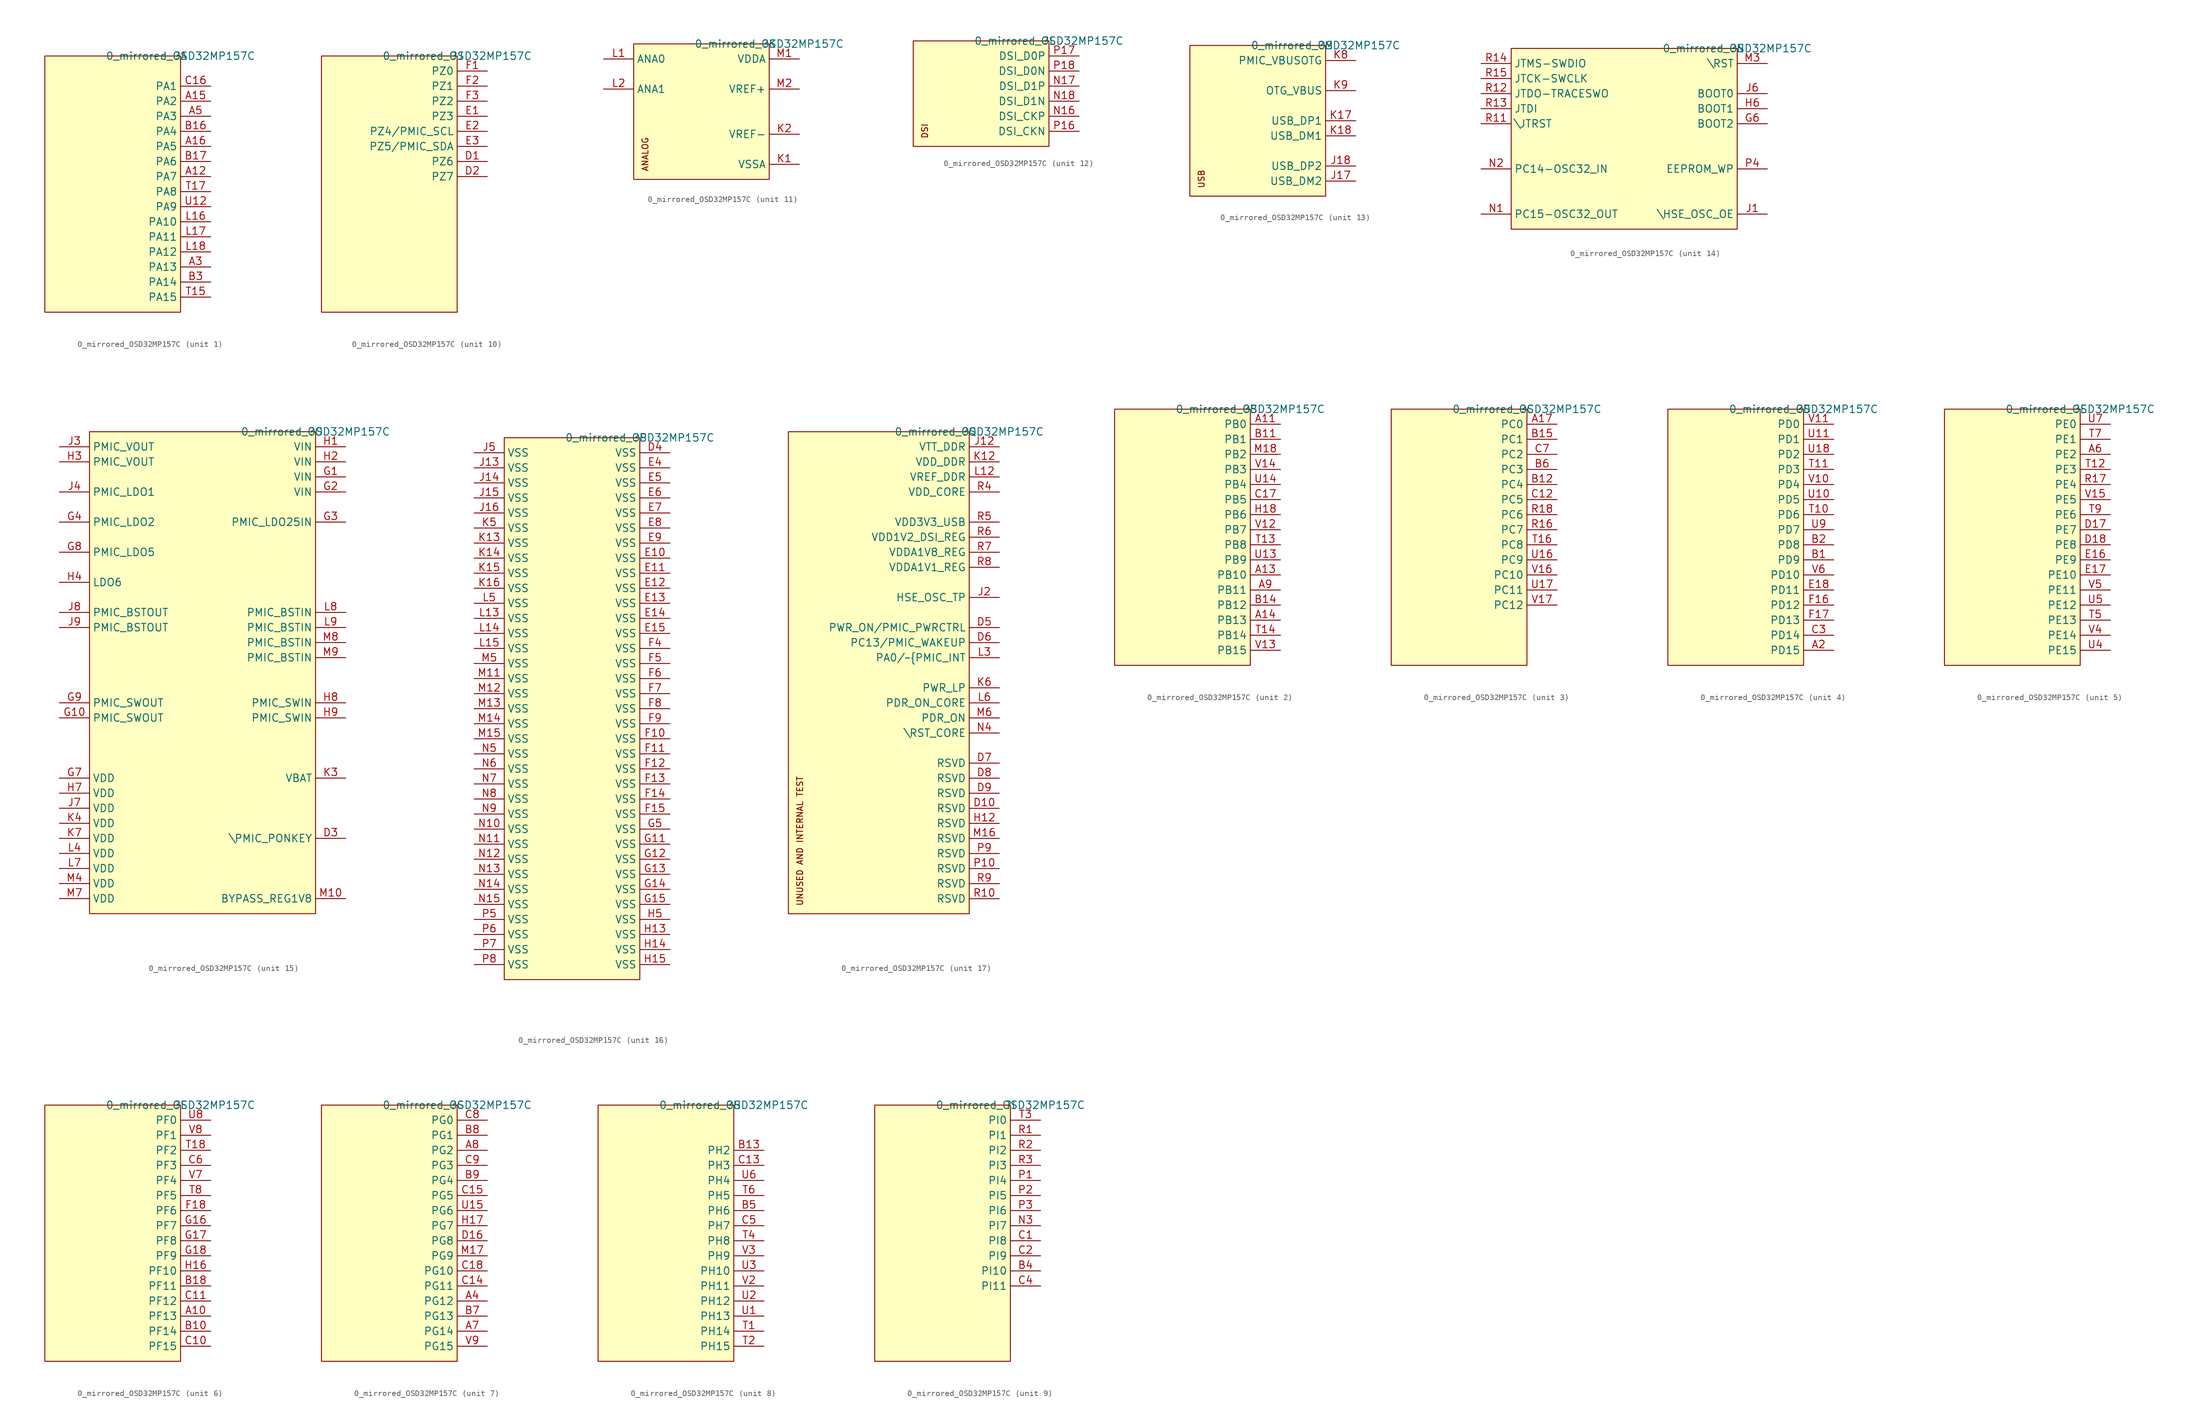
<source format=kicad_sym>
(kicad_symbol_lib
  (version 20210619)
  (generator kicad_symbol_editor)
  (symbol "OSD19001_USB-altium-import:0_mirrored_OSD32MP157C"
    (property "Reference" ""
      (at 0 0 0)
      (effects (font (size 1.27 1.27))))
    (property "Value" "0_mirrored_OSD32MP157C"
      (at 0 0 0)
      (effects (font (size 1.27 1.27))))
    (symbol "0_mirrored_OSD32MP157C_1_0"
      (rectangle (start 0 0) (end -22.86 -43.18) (stroke (width 0)) (fill (type background)))
      (pin bidirectional line (at 5.08 -20.32 180) (length 5.08) (name "PA7" (effects (font (size 1.27 1.27)))) (number "A12" (effects (font (size 1.27 1.27)))))
      (pin bidirectional line (at 5.08 -7.62 180) (length 5.08) (name "PA2" (effects (font (size 1.27 1.27)))) (number "A15" (effects (font (size 1.27 1.27)))))
      (pin bidirectional line (at 5.08 -15.24 180) (length 5.08) (name "PA5" (effects (font (size 1.27 1.27)))) (number "A16" (effects (font (size 1.27 1.27)))))
      (pin bidirectional line (at 5.08 -35.56 180) (length 5.08) (name "PA13" (effects (font (size 1.27 1.27)))) (number "A3" (effects (font (size 1.27 1.27)))))
      (pin bidirectional line (at 5.08 -10.16 180) (length 5.08) (name "PA3" (effects (font (size 1.27 1.27)))) (number "A5" (effects (font (size 1.27 1.27)))))
      (pin bidirectional line (at 5.08 -12.7 180) (length 5.08) (name "PA4" (effects (font (size 1.27 1.27)))) (number "B16" (effects (font (size 1.27 1.27)))))
      (pin bidirectional line (at 5.08 -17.78 180) (length 5.08) (name "PA6" (effects (font (size 1.27 1.27)))) (number "B17" (effects (font (size 1.27 1.27)))))
      (pin bidirectional line (at 5.08 -38.1 180) (length 5.08) (name "PA14" (effects (font (size 1.27 1.27)))) (number "B3" (effects (font (size 1.27 1.27)))))
      (pin bidirectional line (at 5.08 -5.08 180) (length 5.08) (name "PA1" (effects (font (size 1.27 1.27)))) (number "C16" (effects (font (size 1.27 1.27)))))
      (pin bidirectional line (at 5.08 -27.94 180) (length 5.08) (name "PA10" (effects (font (size 1.27 1.27)))) (number "L16" (effects (font (size 1.27 1.27)))))
      (pin bidirectional line (at 5.08 -30.48 180) (length 5.08) (name "PA11" (effects (font (size 1.27 1.27)))) (number "L17" (effects (font (size 1.27 1.27)))))
      (pin bidirectional line (at 5.08 -33.02 180) (length 5.08) (name "PA12" (effects (font (size 1.27 1.27)))) (number "L18" (effects (font (size 1.27 1.27)))))
      (pin bidirectional line (at 5.08 -40.64 180) (length 5.08) (name "PA15" (effects (font (size 1.27 1.27)))) (number "T15" (effects (font (size 1.27 1.27)))))
      (pin bidirectional line (at 5.08 -22.86 180) (length 5.08) (name "PA8" (effects (font (size 1.27 1.27)))) (number "T17" (effects (font (size 1.27 1.27)))))
      (pin bidirectional line (at 5.08 -25.4 180) (length 5.08) (name "PA9" (effects (font (size 1.27 1.27)))) (number "U12" (effects (font (size 1.27 1.27))))))
    (symbol "0_mirrored_OSD32MP157C_2_0"
      (rectangle (start 0 0) (end -22.86 -43.18) (stroke (width 0)) (fill (type background)))
      (pin bidirectional line (at 5.08 -2.54 180) (length 5.08) (name "PB0" (effects (font (size 1.27 1.27)))) (number "A11" (effects (font (size 1.27 1.27)))))
      (pin bidirectional line (at 5.08 -27.94 180) (length 5.08) (name "PB10" (effects (font (size 1.27 1.27)))) (number "A13" (effects (font (size 1.27 1.27)))))
      (pin bidirectional line (at 5.08 -35.56 180) (length 5.08) (name "PB13" (effects (font (size 1.27 1.27)))) (number "A14" (effects (font (size 1.27 1.27)))))
      (pin bidirectional line (at 5.08 -30.48 180) (length 5.08) (name "PB11" (effects (font (size 1.27 1.27)))) (number "A9" (effects (font (size 1.27 1.27)))))
      (pin bidirectional line (at 5.08 -5.08 180) (length 5.08) (name "PB1" (effects (font (size 1.27 1.27)))) (number "B11" (effects (font (size 1.27 1.27)))))
      (pin bidirectional line (at 5.08 -33.02 180) (length 5.08) (name "PB12" (effects (font (size 1.27 1.27)))) (number "B14" (effects (font (size 1.27 1.27)))))
      (pin bidirectional line (at 5.08 -15.24 180) (length 5.08) (name "PB5" (effects (font (size 1.27 1.27)))) (number "C17" (effects (font (size 1.27 1.27)))))
      (pin bidirectional line (at 5.08 -17.78 180) (length 5.08) (name "PB6" (effects (font (size 1.27 1.27)))) (number "H18" (effects (font (size 1.27 1.27)))))
      (pin bidirectional line (at 5.08 -7.62 180) (length 5.08) (name "PB2" (effects (font (size 1.27 1.27)))) (number "M18" (effects (font (size 1.27 1.27)))))
      (pin bidirectional line (at 5.08 -22.86 180) (length 5.08) (name "PB8" (effects (font (size 1.27 1.27)))) (number "T13" (effects (font (size 1.27 1.27)))))
      (pin bidirectional line (at 5.08 -38.1 180) (length 5.08) (name "PB14" (effects (font (size 1.27 1.27)))) (number "T14" (effects (font (size 1.27 1.27)))))
      (pin bidirectional line (at 5.08 -25.4 180) (length 5.08) (name "PB9" (effects (font (size 1.27 1.27)))) (number "U13" (effects (font (size 1.27 1.27)))))
      (pin bidirectional line (at 5.08 -12.7 180) (length 5.08) (name "PB4" (effects (font (size 1.27 1.27)))) (number "U14" (effects (font (size 1.27 1.27)))))
      (pin bidirectional line (at 5.08 -20.32 180) (length 5.08) (name "PB7" (effects (font (size 1.27 1.27)))) (number "V12" (effects (font (size 1.27 1.27)))))
      (pin bidirectional line (at 5.08 -40.64 180) (length 5.08) (name "PB15" (effects (font (size 1.27 1.27)))) (number "V13" (effects (font (size 1.27 1.27)))))
      (pin bidirectional line (at 5.08 -10.16 180) (length 5.08) (name "PB3" (effects (font (size 1.27 1.27)))) (number "V14" (effects (font (size 1.27 1.27))))))
    (symbol "0_mirrored_OSD32MP157C_3_0"
      (rectangle (start 0 0) (end -22.86 -43.18) (stroke (width 0)) (fill (type background)))
      (pin bidirectional line (at 5.08 -2.54 180) (length 5.08) (name "PC0" (effects (font (size 1.27 1.27)))) (number "A17" (effects (font (size 1.27 1.27)))))
      (pin bidirectional line (at 5.08 -12.7 180) (length 5.08) (name "PC4" (effects (font (size 1.27 1.27)))) (number "B12" (effects (font (size 1.27 1.27)))))
      (pin bidirectional line (at 5.08 -5.08 180) (length 5.08) (name "PC1" (effects (font (size 1.27 1.27)))) (number "B15" (effects (font (size 1.27 1.27)))))
      (pin bidirectional line (at 5.08 -10.16 180) (length 5.08) (name "PC3" (effects (font (size 1.27 1.27)))) (number "B6" (effects (font (size 1.27 1.27)))))
      (pin bidirectional line (at 5.08 -15.24 180) (length 5.08) (name "PC5" (effects (font (size 1.27 1.27)))) (number "C12" (effects (font (size 1.27 1.27)))))
      (pin bidirectional line (at 5.08 -7.62 180) (length 5.08) (name "PC2" (effects (font (size 1.27 1.27)))) (number "C7" (effects (font (size 1.27 1.27)))))
      (pin bidirectional line (at 5.08 -20.32 180) (length 5.08) (name "PC7" (effects (font (size 1.27 1.27)))) (number "R16" (effects (font (size 1.27 1.27)))))
      (pin bidirectional line (at 5.08 -17.78 180) (length 5.08) (name "PC6" (effects (font (size 1.27 1.27)))) (number "R18" (effects (font (size 1.27 1.27)))))
      (pin bidirectional line (at 5.08 -22.86 180) (length 5.08) (name "PC8" (effects (font (size 1.27 1.27)))) (number "T16" (effects (font (size 1.27 1.27)))))
      (pin bidirectional line (at 5.08 -25.4 180) (length 5.08) (name "PC9" (effects (font (size 1.27 1.27)))) (number "U16" (effects (font (size 1.27 1.27)))))
      (pin bidirectional line (at 5.08 -30.48 180) (length 5.08) (name "PC11" (effects (font (size 1.27 1.27)))) (number "U17" (effects (font (size 1.27 1.27)))))
      (pin bidirectional line (at 5.08 -27.94 180) (length 5.08) (name "PC10" (effects (font (size 1.27 1.27)))) (number "V16" (effects (font (size 1.27 1.27)))))
      (pin bidirectional line (at 5.08 -33.02 180) (length 5.08) (name "PC12" (effects (font (size 1.27 1.27)))) (number "V17" (effects (font (size 1.27 1.27))))))
    (symbol "0_mirrored_OSD32MP157C_4_0"
      (rectangle (start 0 0) (end -22.86 -43.18) (stroke (width 0)) (fill (type background)))
      (pin bidirectional line (at 5.08 -40.64 180) (length 5.08) (name "PD15" (effects (font (size 1.27 1.27)))) (number "A2" (effects (font (size 1.27 1.27)))))
      (pin bidirectional line (at 5.08 -25.4 180) (length 5.08) (name "PD9" (effects (font (size 1.27 1.27)))) (number "B1" (effects (font (size 1.27 1.27)))))
      (pin bidirectional line (at 5.08 -22.86 180) (length 5.08) (name "PD8" (effects (font (size 1.27 1.27)))) (number "B2" (effects (font (size 1.27 1.27)))))
      (pin bidirectional line (at 5.08 -38.1 180) (length 5.08) (name "PD14" (effects (font (size 1.27 1.27)))) (number "C3" (effects (font (size 1.27 1.27)))))
      (pin bidirectional line (at 5.08 -30.48 180) (length 5.08) (name "PD11" (effects (font (size 1.27 1.27)))) (number "E18" (effects (font (size 1.27 1.27)))))
      (pin bidirectional line (at 5.08 -33.02 180) (length 5.08) (name "PD12" (effects (font (size 1.27 1.27)))) (number "F16" (effects (font (size 1.27 1.27)))))
      (pin bidirectional line (at 5.08 -35.56 180) (length 5.08) (name "PD13" (effects (font (size 1.27 1.27)))) (number "F17" (effects (font (size 1.27 1.27)))))
      (pin bidirectional line (at 5.08 -17.78 180) (length 5.08) (name "PD6" (effects (font (size 1.27 1.27)))) (number "T10" (effects (font (size 1.27 1.27)))))
      (pin bidirectional line (at 5.08 -10.16 180) (length 5.08) (name "PD3" (effects (font (size 1.27 1.27)))) (number "T11" (effects (font (size 1.27 1.27)))))
      (pin bidirectional line (at 5.08 -15.24 180) (length 5.08) (name "PD5" (effects (font (size 1.27 1.27)))) (number "U10" (effects (font (size 1.27 1.27)))))
      (pin bidirectional line (at 5.08 -5.08 180) (length 5.08) (name "PD1" (effects (font (size 1.27 1.27)))) (number "U11" (effects (font (size 1.27 1.27)))))
      (pin bidirectional line (at 5.08 -7.62 180) (length 5.08) (name "PD2" (effects (font (size 1.27 1.27)))) (number "U18" (effects (font (size 1.27 1.27)))))
      (pin bidirectional line (at 5.08 -20.32 180) (length 5.08) (name "PD7" (effects (font (size 1.27 1.27)))) (number "U9" (effects (font (size 1.27 1.27)))))
      (pin bidirectional line (at 5.08 -12.7 180) (length 5.08) (name "PD4" (effects (font (size 1.27 1.27)))) (number "V10" (effects (font (size 1.27 1.27)))))
      (pin bidirectional line (at 5.08 -2.54 180) (length 5.08) (name "PD0" (effects (font (size 1.27 1.27)))) (number "V11" (effects (font (size 1.27 1.27)))))
      (pin bidirectional line (at 5.08 -27.94 180) (length 5.08) (name "PD10" (effects (font (size 1.27 1.27)))) (number "V6" (effects (font (size 1.27 1.27))))))
    (symbol "0_mirrored_OSD32MP157C_5_0"
      (rectangle (start 0 0) (end -22.86 -43.18) (stroke (width 0)) (fill (type background)))
      (pin bidirectional line (at 5.08 -7.62 180) (length 5.08) (name "PE2" (effects (font (size 1.27 1.27)))) (number "A6" (effects (font (size 1.27 1.27)))))
      (pin bidirectional line (at 5.08 -20.32 180) (length 5.08) (name "PE7" (effects (font (size 1.27 1.27)))) (number "D17" (effects (font (size 1.27 1.27)))))
      (pin bidirectional line (at 5.08 -22.86 180) (length 5.08) (name "PE8" (effects (font (size 1.27 1.27)))) (number "D18" (effects (font (size 1.27 1.27)))))
      (pin bidirectional line (at 5.08 -25.4 180) (length 5.08) (name "PE9" (effects (font (size 1.27 1.27)))) (number "E16" (effects (font (size 1.27 1.27)))))
      (pin bidirectional line (at 5.08 -27.94 180) (length 5.08) (name "PE10" (effects (font (size 1.27 1.27)))) (number "E17" (effects (font (size 1.27 1.27)))))
      (pin bidirectional line (at 5.08 -12.7 180) (length 5.08) (name "PE4" (effects (font (size 1.27 1.27)))) (number "R17" (effects (font (size 1.27 1.27)))))
      (pin bidirectional line (at 5.08 -10.16 180) (length 5.08) (name "PE3" (effects (font (size 1.27 1.27)))) (number "T12" (effects (font (size 1.27 1.27)))))
      (pin bidirectional line (at 5.08 -35.56 180) (length 5.08) (name "PE13" (effects (font (size 1.27 1.27)))) (number "T5" (effects (font (size 1.27 1.27)))))
      (pin bidirectional line (at 5.08 -5.08 180) (length 5.08) (name "PE1" (effects (font (size 1.27 1.27)))) (number "T7" (effects (font (size 1.27 1.27)))))
      (pin bidirectional line (at 5.08 -17.78 180) (length 5.08) (name "PE6" (effects (font (size 1.27 1.27)))) (number "T9" (effects (font (size 1.27 1.27)))))
      (pin bidirectional line (at 5.08 -40.64 180) (length 5.08) (name "PE15" (effects (font (size 1.27 1.27)))) (number "U4" (effects (font (size 1.27 1.27)))))
      (pin bidirectional line (at 5.08 -33.02 180) (length 5.08) (name "PE12" (effects (font (size 1.27 1.27)))) (number "U5" (effects (font (size 1.27 1.27)))))
      (pin bidirectional line (at 5.08 -2.54 180) (length 5.08) (name "PE0" (effects (font (size 1.27 1.27)))) (number "U7" (effects (font (size 1.27 1.27)))))
      (pin bidirectional line (at 5.08 -15.24 180) (length 5.08) (name "PE5" (effects (font (size 1.27 1.27)))) (number "V15" (effects (font (size 1.27 1.27)))))
      (pin bidirectional line (at 5.08 -38.1 180) (length 5.08) (name "PE14" (effects (font (size 1.27 1.27)))) (number "V4" (effects (font (size 1.27 1.27)))))
      (pin bidirectional line (at 5.08 -30.48 180) (length 5.08) (name "PE11" (effects (font (size 1.27 1.27)))) (number "V5" (effects (font (size 1.27 1.27))))))
    (symbol "0_mirrored_OSD32MP157C_6_0"
      (rectangle (start 0 0) (end -22.86 -43.18) (stroke (width 0)) (fill (type background)))
      (pin bidirectional line (at 5.08 -35.56 180) (length 5.08) (name "PF13" (effects (font (size 1.27 1.27)))) (number "A10" (effects (font (size 1.27 1.27)))))
      (pin bidirectional line (at 5.08 -38.1 180) (length 5.08) (name "PF14" (effects (font (size 1.27 1.27)))) (number "B10" (effects (font (size 1.27 1.27)))))
      (pin bidirectional line (at 5.08 -30.48 180) (length 5.08) (name "PF11" (effects (font (size 1.27 1.27)))) (number "B18" (effects (font (size 1.27 1.27)))))
      (pin bidirectional line (at 5.08 -40.64 180) (length 5.08) (name "PF15" (effects (font (size 1.27 1.27)))) (number "C10" (effects (font (size 1.27 1.27)))))
      (pin bidirectional line (at 5.08 -33.02 180) (length 5.08) (name "PF12" (effects (font (size 1.27 1.27)))) (number "C11" (effects (font (size 1.27 1.27)))))
      (pin bidirectional line (at 5.08 -10.16 180) (length 5.08) (name "PF3" (effects (font (size 1.27 1.27)))) (number "C6" (effects (font (size 1.27 1.27)))))
      (pin bidirectional line (at 5.08 -17.78 180) (length 5.08) (name "PF6" (effects (font (size 1.27 1.27)))) (number "F18" (effects (font (size 1.27 1.27)))))
      (pin bidirectional line (at 5.08 -20.32 180) (length 5.08) (name "PF7" (effects (font (size 1.27 1.27)))) (number "G16" (effects (font (size 1.27 1.27)))))
      (pin bidirectional line (at 5.08 -22.86 180) (length 5.08) (name "PF8" (effects (font (size 1.27 1.27)))) (number "G17" (effects (font (size 1.27 1.27)))))
      (pin bidirectional line (at 5.08 -25.4 180) (length 5.08) (name "PF9" (effects (font (size 1.27 1.27)))) (number "G18" (effects (font (size 1.27 1.27)))))
      (pin bidirectional line (at 5.08 -27.94 180) (length 5.08) (name "PF10" (effects (font (size 1.27 1.27)))) (number "H16" (effects (font (size 1.27 1.27)))))
      (pin bidirectional line (at 5.08 -7.62 180) (length 5.08) (name "PF2" (effects (font (size 1.27 1.27)))) (number "T18" (effects (font (size 1.27 1.27)))))
      (pin bidirectional line (at 5.08 -15.24 180) (length 5.08) (name "PF5" (effects (font (size 1.27 1.27)))) (number "T8" (effects (font (size 1.27 1.27)))))
      (pin bidirectional line (at 5.08 -2.54 180) (length 5.08) (name "PF0" (effects (font (size 1.27 1.27)))) (number "U8" (effects (font (size 1.27 1.27)))))
      (pin bidirectional line (at 5.08 -12.7 180) (length 5.08) (name "PF4" (effects (font (size 1.27 1.27)))) (number "V7" (effects (font (size 1.27 1.27)))))
      (pin bidirectional line (at 5.08 -5.08 180) (length 5.08) (name "PF1" (effects (font (size 1.27 1.27)))) (number "V8" (effects (font (size 1.27 1.27))))))
    (symbol "0_mirrored_OSD32MP157C_7_0"
      (rectangle (start 0 0) (end -22.86 -43.18) (stroke (width 0)) (fill (type background)))
      (pin bidirectional line (at 5.08 -33.02 180) (length 5.08) (name "PG12" (effects (font (size 1.27 1.27)))) (number "A4" (effects (font (size 1.27 1.27)))))
      (pin bidirectional line (at 5.08 -38.1 180) (length 5.08) (name "PG14" (effects (font (size 1.27 1.27)))) (number "A7" (effects (font (size 1.27 1.27)))))
      (pin bidirectional line (at 5.08 -7.62 180) (length 5.08) (name "PG2" (effects (font (size 1.27 1.27)))) (number "A8" (effects (font (size 1.27 1.27)))))
      (pin bidirectional line (at 5.08 -35.56 180) (length 5.08) (name "PG13" (effects (font (size 1.27 1.27)))) (number "B7" (effects (font (size 1.27 1.27)))))
      (pin bidirectional line (at 5.08 -5.08 180) (length 5.08) (name "PG1" (effects (font (size 1.27 1.27)))) (number "B8" (effects (font (size 1.27 1.27)))))
      (pin bidirectional line (at 5.08 -12.7 180) (length 5.08) (name "PG4" (effects (font (size 1.27 1.27)))) (number "B9" (effects (font (size 1.27 1.27)))))
      (pin bidirectional line (at 5.08 -30.48 180) (length 5.08) (name "PG11" (effects (font (size 1.27 1.27)))) (number "C14" (effects (font (size 1.27 1.27)))))
      (pin bidirectional line (at 5.08 -15.24 180) (length 5.08) (name "PG5" (effects (font (size 1.27 1.27)))) (number "C15" (effects (font (size 1.27 1.27)))))
      (pin bidirectional line (at 5.08 -27.94 180) (length 5.08) (name "PG10" (effects (font (size 1.27 1.27)))) (number "C18" (effects (font (size 1.27 1.27)))))
      (pin bidirectional line (at 5.08 -2.54 180) (length 5.08) (name "PG0" (effects (font (size 1.27 1.27)))) (number "C8" (effects (font (size 1.27 1.27)))))
      (pin bidirectional line (at 5.08 -10.16 180) (length 5.08) (name "PG3" (effects (font (size 1.27 1.27)))) (number "C9" (effects (font (size 1.27 1.27)))))
      (pin bidirectional line (at 5.08 -22.86 180) (length 5.08) (name "PG8" (effects (font (size 1.27 1.27)))) (number "D16" (effects (font (size 1.27 1.27)))))
      (pin bidirectional line (at 5.08 -20.32 180) (length 5.08) (name "PG7" (effects (font (size 1.27 1.27)))) (number "H17" (effects (font (size 1.27 1.27)))))
      (pin bidirectional line (at 5.08 -25.4 180) (length 5.08) (name "PG9" (effects (font (size 1.27 1.27)))) (number "M17" (effects (font (size 1.27 1.27)))))
      (pin bidirectional line (at 5.08 -17.78 180) (length 5.08) (name "PG6" (effects (font (size 1.27 1.27)))) (number "U15" (effects (font (size 1.27 1.27)))))
      (pin bidirectional line (at 5.08 -40.64 180) (length 5.08) (name "PG15" (effects (font (size 1.27 1.27)))) (number "V9" (effects (font (size 1.27 1.27))))))
    (symbol "0_mirrored_OSD32MP157C_8_0"
      (rectangle (start 0 0) (end -22.86 -43.18) (stroke (width 0)) (fill (type background)))
      (pin bidirectional line (at 5.08 -7.62 180) (length 5.08) (name "PH2" (effects (font (size 1.27 1.27)))) (number "B13" (effects (font (size 1.27 1.27)))))
      (pin bidirectional line (at 5.08 -17.78 180) (length 5.08) (name "PH6" (effects (font (size 1.27 1.27)))) (number "B5" (effects (font (size 1.27 1.27)))))
      (pin bidirectional line (at 5.08 -10.16 180) (length 5.08) (name "PH3" (effects (font (size 1.27 1.27)))) (number "C13" (effects (font (size 1.27 1.27)))))
      (pin bidirectional line (at 5.08 -20.32 180) (length 5.08) (name "PH7" (effects (font (size 1.27 1.27)))) (number "C5" (effects (font (size 1.27 1.27)))))
      (pin bidirectional line (at 5.08 -38.1 180) (length 5.08) (name "PH14" (effects (font (size 1.27 1.27)))) (number "T1" (effects (font (size 1.27 1.27)))))
      (pin bidirectional line (at 5.08 -40.64 180) (length 5.08) (name "PH15" (effects (font (size 1.27 1.27)))) (number "T2" (effects (font (size 1.27 1.27)))))
      (pin bidirectional line (at 5.08 -22.86 180) (length 5.08) (name "PH8" (effects (font (size 1.27 1.27)))) (number "T4" (effects (font (size 1.27 1.27)))))
      (pin bidirectional line (at 5.08 -15.24 180) (length 5.08) (name "PH5" (effects (font (size 1.27 1.27)))) (number "T6" (effects (font (size 1.27 1.27)))))
      (pin bidirectional line (at 5.08 -35.56 180) (length 5.08) (name "PH13" (effects (font (size 1.27 1.27)))) (number "U1" (effects (font (size 1.27 1.27)))))
      (pin bidirectional line (at 5.08 -33.02 180) (length 5.08) (name "PH12" (effects (font (size 1.27 1.27)))) (number "U2" (effects (font (size 1.27 1.27)))))
      (pin bidirectional line (at 5.08 -27.94 180) (length 5.08) (name "PH10" (effects (font (size 1.27 1.27)))) (number "U3" (effects (font (size 1.27 1.27)))))
      (pin bidirectional line (at 5.08 -12.7 180) (length 5.08) (name "PH4" (effects (font (size 1.27 1.27)))) (number "U6" (effects (font (size 1.27 1.27)))))
      (pin bidirectional line (at 5.08 -30.48 180) (length 5.08) (name "PH11" (effects (font (size 1.27 1.27)))) (number "V2" (effects (font (size 1.27 1.27)))))
      (pin bidirectional line (at 5.08 -25.4 180) (length 5.08) (name "PH9" (effects (font (size 1.27 1.27)))) (number "V3" (effects (font (size 1.27 1.27))))))
    (symbol "0_mirrored_OSD32MP157C_9_0"
      (rectangle (start 0 0) (end -22.86 -43.18) (stroke (width 0)) (fill (type background)))
      (pin bidirectional line (at 5.08 -27.94 180) (length 5.08) (name "PI10" (effects (font (size 1.27 1.27)))) (number "B4" (effects (font (size 1.27 1.27)))))
      (pin bidirectional line (at 5.08 -22.86 180) (length 5.08) (name "PI8" (effects (font (size 1.27 1.27)))) (number "C1" (effects (font (size 1.27 1.27)))))
      (pin bidirectional line (at 5.08 -25.4 180) (length 5.08) (name "PI9" (effects (font (size 1.27 1.27)))) (number "C2" (effects (font (size 1.27 1.27)))))
      (pin bidirectional line (at 5.08 -30.48 180) (length 5.08) (name "PI11" (effects (font (size 1.27 1.27)))) (number "C4" (effects (font (size 1.27 1.27)))))
      (pin bidirectional line (at 5.08 -20.32 180) (length 5.08) (name "PI7" (effects (font (size 1.27 1.27)))) (number "N3" (effects (font (size 1.27 1.27)))))
      (pin bidirectional line (at 5.08 -12.7 180) (length 5.08) (name "PI4" (effects (font (size 1.27 1.27)))) (number "P1" (effects (font (size 1.27 1.27)))))
      (pin bidirectional line (at 5.08 -15.24 180) (length 5.08) (name "PI5" (effects (font (size 1.27 1.27)))) (number "P2" (effects (font (size 1.27 1.27)))))
      (pin bidirectional line (at 5.08 -17.78 180) (length 5.08) (name "PI6" (effects (font (size 1.27 1.27)))) (number "P3" (effects (font (size 1.27 1.27)))))
      (pin bidirectional line (at 5.08 -5.08 180) (length 5.08) (name "PI1" (effects (font (size 1.27 1.27)))) (number "R1" (effects (font (size 1.27 1.27)))))
      (pin bidirectional line (at 5.08 -7.62 180) (length 5.08) (name "PI2" (effects (font (size 1.27 1.27)))) (number "R2" (effects (font (size 1.27 1.27)))))
      (pin bidirectional line (at 5.08 -10.16 180) (length 5.08) (name "PI3" (effects (font (size 1.27 1.27)))) (number "R3" (effects (font (size 1.27 1.27)))))
      (pin bidirectional line (at 5.08 -2.54 180) (length 5.08) (name "PI0" (effects (font (size 1.27 1.27)))) (number "T3" (effects (font (size 1.27 1.27))))))
    (symbol "0_mirrored_OSD32MP157C_10_0"
      (rectangle (start 0 0) (end -22.86 -43.18) (stroke (width 0)) (fill (type background)))
      (pin bidirectional line (at 5.08 -17.78 180) (length 5.08) (name "PZ6" (effects (font (size 1.27 1.27)))) (number "D1" (effects (font (size 1.27 1.27)))))
      (pin bidirectional line (at 5.08 -20.32 180) (length 5.08) (name "PZ7" (effects (font (size 1.27 1.27)))) (number "D2" (effects (font (size 1.27 1.27)))))
      (pin bidirectional line (at 5.08 -10.16 180) (length 5.08) (name "PZ3" (effects (font (size 1.27 1.27)))) (number "E1" (effects (font (size 1.27 1.27)))))
      (pin bidirectional line (at 5.08 -12.7 180) (length 5.08) (name "PZ4/PMIC_SCL" (effects (font (size 1.27 1.27)))) (number "E2" (effects (font (size 1.27 1.27)))))
      (pin bidirectional line (at 5.08 -15.24 180) (length 5.08) (name "PZ5/PMIC_SDA" (effects (font (size 1.27 1.27)))) (number "E3" (effects (font (size 1.27 1.27)))))
      (pin bidirectional line (at 5.08 -2.54 180) (length 5.08) (name "PZ0" (effects (font (size 1.27 1.27)))) (number "F1" (effects (font (size 1.27 1.27)))))
      (pin bidirectional line (at 5.08 -5.08 180) (length 5.08) (name "PZ1" (effects (font (size 1.27 1.27)))) (number "F2" (effects (font (size 1.27 1.27)))))
      (pin bidirectional line (at 5.08 -7.62 180) (length 5.08) (name "PZ2" (effects (font (size 1.27 1.27)))) (number "F3" (effects (font (size 1.27 1.27))))))
    (symbol "0_mirrored_OSD32MP157C_11_0"
      (text "ANALOG" (at -20.32 -21.59 900) (effects (font (size 1.016 1.016)) (justify left bottom)))
      (rectangle (start 0 0) (end -22.86 -22.86) (stroke (width 0)) (fill (type background)))
      (pin passive line (at 5.08 -20.32 180) (length 5.08) (name "VSSA" (effects (font (size 1.27 1.27)))) (number "K1" (effects (font (size 1.27 1.27)))))
      (pin passive line (at 5.08 -15.24 180) (length 5.08) (name "VREF-" (effects (font (size 1.27 1.27)))) (number "K2" (effects (font (size 1.27 1.27)))))
      (pin input line (at -27.94 -2.54 0) (length 5.08) (name "ANA0" (effects (font (size 1.27 1.27)))) (number "L1" (effects (font (size 1.27 1.27)))))
      (pin input line (at -27.94 -7.62 0) (length 5.08) (name "ANA1" (effects (font (size 1.27 1.27)))) (number "L2" (effects (font (size 1.27 1.27)))))
      (pin passive line (at 5.08 -2.54 180) (length 5.08) (name "VDDA" (effects (font (size 1.27 1.27)))) (number "M1" (effects (font (size 1.27 1.27)))))
      (pin passive line (at 5.08 -7.62 180) (length 5.08) (name "VREF+" (effects (font (size 1.27 1.27)))) (number "M2" (effects (font (size 1.27 1.27))))))
    (symbol "0_mirrored_OSD32MP157C_12_0"
      (text "DSI" (at -20.32 -16.51 900) (effects (font (size 1.016 1.016)) (justify left bottom)))
      (rectangle (start 0 0) (end -22.86 -17.78) (stroke (width 0)) (fill (type background)))
      (pin output line (at 5.08 -12.7 180) (length 5.08) (name "DSI_CKP" (effects (font (size 1.27 1.27)))) (number "N16" (effects (font (size 1.27 1.27)))))
      (pin output line (at 5.08 -7.62 180) (length 5.08) (name "DSI_D1P" (effects (font (size 1.27 1.27)))) (number "N17" (effects (font (size 1.27 1.27)))))
      (pin output line (at 5.08 -10.16 180) (length 5.08) (name "DSI_D1N" (effects (font (size 1.27 1.27)))) (number "N18" (effects (font (size 1.27 1.27)))))
      (pin output line (at 5.08 -15.24 180) (length 5.08) (name "DSI_CKN" (effects (font (size 1.27 1.27)))) (number "P16" (effects (font (size 1.27 1.27)))))
      (pin output line (at 5.08 -2.54 180) (length 5.08) (name "DSI_D0P" (effects (font (size 1.27 1.27)))) (number "P17" (effects (font (size 1.27 1.27)))))
      (pin output line (at 5.08 -5.08 180) (length 5.08) (name "DSI_D0N" (effects (font (size 1.27 1.27)))) (number "P18" (effects (font (size 1.27 1.27))))))
    (symbol "0_mirrored_OSD32MP157C_13_0"
      (text "USB" (at -20.32 -24.13 900) (effects (font (size 1.016 1.016)) (justify left bottom)))
      (rectangle (start 0 0) (end -22.86 -25.4) (stroke (width 0)) (fill (type background)))
      (pin bidirectional line (at 5.08 -22.86 180) (length 5.08) (name "USB_DM2" (effects (font (size 1.27 1.27)))) (number "J17" (effects (font (size 1.27 1.27)))))
      (pin bidirectional line (at 5.08 -20.32 180) (length 5.08) (name "USB_DP2" (effects (font (size 1.27 1.27)))) (number "J18" (effects (font (size 1.27 1.27)))))
      (pin bidirectional line (at 5.08 -12.7 180) (length 5.08) (name "USB_DP1" (effects (font (size 1.27 1.27)))) (number "K17" (effects (font (size 1.27 1.27)))))
      (pin bidirectional line (at 5.08 -15.24 180) (length 5.08) (name "USB_DM1" (effects (font (size 1.27 1.27)))) (number "K18" (effects (font (size 1.27 1.27)))))
      (pin passive line (at 5.08 -2.54 180) (length 5.08) (name "PMIC_VBUSOTG" (effects (font (size 1.27 1.27)))) (number "K8" (effects (font (size 1.27 1.27)))))
      (pin passive line (at 5.08 -7.62 180) (length 5.08) (name "OTG_VBUS" (effects (font (size 1.27 1.27)))) (number "K9" (effects (font (size 1.27 1.27))))))
    (symbol "0_mirrored_OSD32MP157C_14_0"
      (rectangle (start 0 0) (end -38.1 -30.48) (stroke (width 0)) (fill (type background)))
      (pin input line (at 5.08 -12.7 180) (length 5.08) (name "BOOT2" (effects (font (size 1.27 1.27)))) (number "G6" (effects (font (size 1.27 1.27)))))
      (pin input line (at 5.08 -10.16 180) (length 5.08) (name "BOOT1" (effects (font (size 1.27 1.27)))) (number "H6" (effects (font (size 1.27 1.27)))))
      (pin input line (at 5.08 -27.94 180) (length 5.08) (name "\\HSE_OSC_OE" (effects (font (size 1.27 1.27)))) (number "J1" (effects (font (size 1.27 1.27)))))
      (pin input line (at 5.08 -7.62 180) (length 5.08) (name "BOOT0" (effects (font (size 1.27 1.27)))) (number "J6" (effects (font (size 1.27 1.27)))))
      (pin bidirectional line (at 5.08 -2.54 180) (length 5.08) (name "\\RST" (effects (font (size 1.27 1.27)))) (number "M3" (effects (font (size 1.27 1.27)))))
      (pin passive line (at -43.18 -27.94 0) (length 5.08) (name "PC15-OSC32_OUT" (effects (font (size 1.27 1.27)))) (number "N1" (effects (font (size 1.27 1.27)))))
      (pin passive line (at -43.18 -20.32 0) (length 5.08) (name "PC14-OSC32_IN" (effects (font (size 1.27 1.27)))) (number "N2" (effects (font (size 1.27 1.27)))))
      (pin input line (at 5.08 -20.32 180) (length 5.08) (name "EEPROM_WP" (effects (font (size 1.27 1.27)))) (number "P4" (effects (font (size 1.27 1.27)))))
      (pin input line (at -43.18 -12.7 0) (length 5.08) (name "\\JTRST" (effects (font (size 1.27 1.27)))) (number "R11" (effects (font (size 1.27 1.27)))))
      (pin output line (at -43.18 -7.62 0) (length 5.08) (name "JTDO-TRACESWO" (effects (font (size 1.27 1.27)))) (number "R12" (effects (font (size 1.27 1.27)))))
      (pin input line (at -43.18 -10.16 0) (length 5.08) (name "JTDI" (effects (font (size 1.27 1.27)))) (number "R13" (effects (font (size 1.27 1.27)))))
      (pin bidirectional line (at -43.18 -2.54 0) (length 5.08) (name "JTMS-SWDIO" (effects (font (size 1.27 1.27)))) (number "R14" (effects (font (size 1.27 1.27)))))
      (pin input line (at -43.18 -5.08 0) (length 5.08) (name "JTCK-SWCLK" (effects (font (size 1.27 1.27)))) (number "R15" (effects (font (size 1.27 1.27))))))
    (symbol "0_mirrored_OSD32MP157C_15_0"
      (rectangle (start 0 0) (end -38.1 -81.28) (stroke (width 0)) (fill (type background)))
      (pin input line (at 5.08 -68.58 180) (length 5.08) (name "\\PMIC_PONKEY" (effects (font (size 1.27 1.27)))) (number "D3" (effects (font (size 1.27 1.27)))))
      (pin power_in line (at 5.08 -7.62 180) (length 5.08) (name "VIN" (effects (font (size 1.27 1.27)))) (number "G1" (effects (font (size 1.27 1.27)))))
      (pin passive line (at -43.18 -48.26 0) (length 5.08) (name "PMIC_SWOUT" (effects (font (size 1.27 1.27)))) (number "G10" (effects (font (size 1.27 1.27)))))
      (pin power_in line (at 5.08 -10.16 180) (length 5.08) (name "VIN" (effects (font (size 1.27 1.27)))) (number "G2" (effects (font (size 1.27 1.27)))))
      (pin power_in line (at 5.08 -15.24 180) (length 5.08) (name "PMIC_LDO25IN" (effects (font (size 1.27 1.27)))) (number "G3" (effects (font (size 1.27 1.27)))))
      (pin passive line (at -43.18 -15.24 0) (length 5.08) (name "PMIC_LDO2" (effects (font (size 1.27 1.27)))) (number "G4" (effects (font (size 1.27 1.27)))))
      (pin passive line (at -43.18 -58.42 0) (length 5.08) (name "VDD" (effects (font (size 1.27 1.27)))) (number "G7" (effects (font (size 1.27 1.27)))))
      (pin passive line (at -43.18 -20.32 0) (length 5.08) (name "PMIC_LDO5" (effects (font (size 1.27 1.27)))) (number "G8" (effects (font (size 1.27 1.27)))))
      (pin passive line (at -43.18 -45.72 0) (length 5.08) (name "PMIC_SWOUT" (effects (font (size 1.27 1.27)))) (number "G9" (effects (font (size 1.27 1.27)))))
      (pin power_in line (at 5.08 -2.54 180) (length 5.08) (name "VIN" (effects (font (size 1.27 1.27)))) (number "H1" (effects (font (size 1.27 1.27)))))
      (pin power_in line (at 5.08 -5.08 180) (length 5.08) (name "VIN" (effects (font (size 1.27 1.27)))) (number "H2" (effects (font (size 1.27 1.27)))))
      (pin passive line (at -43.18 -5.08 0) (length 5.08) (name "PMIC_VOUT" (effects (font (size 1.27 1.27)))) (number "H3" (effects (font (size 1.27 1.27)))))
      (pin passive line (at -43.18 -25.4 0) (length 5.08) (name "LDO6" (effects (font (size 1.27 1.27)))) (number "H4" (effects (font (size 1.27 1.27)))))
      (pin passive line (at -43.18 -60.96 0) (length 5.08) (name "VDD" (effects (font (size 1.27 1.27)))) (number "H7" (effects (font (size 1.27 1.27)))))
      (pin passive line (at 5.08 -45.72 180) (length 5.08) (name "PMIC_SWIN" (effects (font (size 1.27 1.27)))) (number "H8" (effects (font (size 1.27 1.27)))))
      (pin passive line (at 5.08 -48.26 180) (length 5.08) (name "PMIC_SWIN" (effects (font (size 1.27 1.27)))) (number "H9" (effects (font (size 1.27 1.27)))))
      (pin passive line (at -43.18 -2.54 0) (length 5.08) (name "PMIC_VOUT" (effects (font (size 1.27 1.27)))) (number "J3" (effects (font (size 1.27 1.27)))))
      (pin passive line (at -43.18 -10.16 0) (length 5.08) (name "PMIC_LDO1" (effects (font (size 1.27 1.27)))) (number "J4" (effects (font (size 1.27 1.27)))))
      (pin passive line (at -43.18 -63.5 0) (length 5.08) (name "VDD" (effects (font (size 1.27 1.27)))) (number "J7" (effects (font (size 1.27 1.27)))))
      (pin passive line (at -43.18 -30.48 0) (length 5.08) (name "PMIC_BSTOUT" (effects (font (size 1.27 1.27)))) (number "J8" (effects (font (size 1.27 1.27)))))
      (pin passive line (at -43.18 -33.02 0) (length 5.08) (name "PMIC_BSTOUT" (effects (font (size 1.27 1.27)))) (number "J9" (effects (font (size 1.27 1.27)))))
      (pin power_in line (at 5.08 -58.42 180) (length 5.08) (name "VBAT" (effects (font (size 1.27 1.27)))) (number "K3" (effects (font (size 1.27 1.27)))))
      (pin passive line (at -43.18 -66.04 0) (length 5.08) (name "VDD" (effects (font (size 1.27 1.27)))) (number "K4" (effects (font (size 1.27 1.27)))))
      (pin passive line (at -43.18 -68.58 0) (length 5.08) (name "VDD" (effects (font (size 1.27 1.27)))) (number "K7" (effects (font (size 1.27 1.27)))))
      (pin passive line (at -43.18 -71.12 0) (length 5.08) (name "VDD" (effects (font (size 1.27 1.27)))) (number "L4" (effects (font (size 1.27 1.27)))))
      (pin passive line (at -43.18 -73.66 0) (length 5.08) (name "VDD" (effects (font (size 1.27 1.27)))) (number "L7" (effects (font (size 1.27 1.27)))))
      (pin power_in line (at 5.08 -30.48 180) (length 5.08) (name "PMIC_BSTIN" (effects (font (size 1.27 1.27)))) (number "L8" (effects (font (size 1.27 1.27)))))
      (pin power_in line (at 5.08 -33.02 180) (length 5.08) (name "PMIC_BSTIN" (effects (font (size 1.27 1.27)))) (number "L9" (effects (font (size 1.27 1.27)))))
      (pin input line (at 5.08 -78.74 180) (length 5.08) (name "BYPASS_REG1V8" (effects (font (size 1.27 1.27)))) (number "M10" (effects (font (size 1.27 1.27)))))
      (pin passive line (at -43.18 -76.2 0) (length 5.08) (name "VDD" (effects (font (size 1.27 1.27)))) (number "M4" (effects (font (size 1.27 1.27)))))
      (pin passive line (at -43.18 -78.74 0) (length 5.08) (name "VDD" (effects (font (size 1.27 1.27)))) (number "M7" (effects (font (size 1.27 1.27)))))
      (pin power_in line (at 5.08 -35.56 180) (length 5.08) (name "PMIC_BSTIN" (effects (font (size 1.27 1.27)))) (number "M8" (effects (font (size 1.27 1.27)))))
      (pin power_in line (at 5.08 -38.1 180) (length 5.08) (name "PMIC_BSTIN" (effects (font (size 1.27 1.27)))) (number "M9" (effects (font (size 1.27 1.27))))))
    (symbol "0_mirrored_OSD32MP157C_16_0"
      (rectangle (start 0 0) (end -22.86 -91.44) (stroke (width 0)) (fill (type background)))
      (pin power_in line (at 5.08 -2.54 180) (length 5.08) (name "VSS" (effects (font (size 1.27 1.27)))) (number "D4" (effects (font (size 1.27 1.27)))))
      (pin power_in line (at 5.08 -20.32 180) (length 5.08) (name "VSS" (effects (font (size 1.27 1.27)))) (number "E10" (effects (font (size 1.27 1.27)))))
      (pin power_in line (at 5.08 -22.86 180) (length 5.08) (name "VSS" (effects (font (size 1.27 1.27)))) (number "E11" (effects (font (size 1.27 1.27)))))
      (pin power_in line (at 5.08 -25.4 180) (length 5.08) (name "VSS" (effects (font (size 1.27 1.27)))) (number "E12" (effects (font (size 1.27 1.27)))))
      (pin power_in line (at 5.08 -27.94 180) (length 5.08) (name "VSS" (effects (font (size 1.27 1.27)))) (number "E13" (effects (font (size 1.27 1.27)))))
      (pin power_in line (at 5.08 -30.48 180) (length 5.08) (name "VSS" (effects (font (size 1.27 1.27)))) (number "E14" (effects (font (size 1.27 1.27)))))
      (pin power_in line (at 5.08 -33.02 180) (length 5.08) (name "VSS" (effects (font (size 1.27 1.27)))) (number "E15" (effects (font (size 1.27 1.27)))))
      (pin power_in line (at 5.08 -5.08 180) (length 5.08) (name "VSS" (effects (font (size 1.27 1.27)))) (number "E4" (effects (font (size 1.27 1.27)))))
      (pin power_in line (at 5.08 -7.62 180) (length 5.08) (name "VSS" (effects (font (size 1.27 1.27)))) (number "E5" (effects (font (size 1.27 1.27)))))
      (pin power_in line (at 5.08 -10.16 180) (length 5.08) (name "VSS" (effects (font (size 1.27 1.27)))) (number "E6" (effects (font (size 1.27 1.27)))))
      (pin power_in line (at 5.08 -12.7 180) (length 5.08) (name "VSS" (effects (font (size 1.27 1.27)))) (number "E7" (effects (font (size 1.27 1.27)))))
      (pin power_in line (at 5.08 -15.24 180) (length 5.08) (name "VSS" (effects (font (size 1.27 1.27)))) (number "E8" (effects (font (size 1.27 1.27)))))
      (pin power_in line (at 5.08 -17.78 180) (length 5.08) (name "VSS" (effects (font (size 1.27 1.27)))) (number "E9" (effects (font (size 1.27 1.27)))))
      (pin power_in line (at 5.08 -50.8 180) (length 5.08) (name "VSS" (effects (font (size 1.27 1.27)))) (number "F10" (effects (font (size 1.27 1.27)))))
      (pin power_in line (at 5.08 -53.34 180) (length 5.08) (name "VSS" (effects (font (size 1.27 1.27)))) (number "F11" (effects (font (size 1.27 1.27)))))
      (pin power_in line (at 5.08 -55.88 180) (length 5.08) (name "VSS" (effects (font (size 1.27 1.27)))) (number "F12" (effects (font (size 1.27 1.27)))))
      (pin power_in line (at 5.08 -58.42 180) (length 5.08) (name "VSS" (effects (font (size 1.27 1.27)))) (number "F13" (effects (font (size 1.27 1.27)))))
      (pin power_in line (at 5.08 -60.96 180) (length 5.08) (name "VSS" (effects (font (size 1.27 1.27)))) (number "F14" (effects (font (size 1.27 1.27)))))
      (pin power_in line (at 5.08 -63.5 180) (length 5.08) (name "VSS" (effects (font (size 1.27 1.27)))) (number "F15" (effects (font (size 1.27 1.27)))))
      (pin power_in line (at 5.08 -35.56 180) (length 5.08) (name "VSS" (effects (font (size 1.27 1.27)))) (number "F4" (effects (font (size 1.27 1.27)))))
      (pin power_in line (at 5.08 -38.1 180) (length 5.08) (name "VSS" (effects (font (size 1.27 1.27)))) (number "F5" (effects (font (size 1.27 1.27)))))
      (pin power_in line (at 5.08 -40.64 180) (length 5.08) (name "VSS" (effects (font (size 1.27 1.27)))) (number "F6" (effects (font (size 1.27 1.27)))))
      (pin power_in line (at 5.08 -43.18 180) (length 5.08) (name "VSS" (effects (font (size 1.27 1.27)))) (number "F7" (effects (font (size 1.27 1.27)))))
      (pin power_in line (at 5.08 -45.72 180) (length 5.08) (name "VSS" (effects (font (size 1.27 1.27)))) (number "F8" (effects (font (size 1.27 1.27)))))
      (pin power_in line (at 5.08 -48.26 180) (length 5.08) (name "VSS" (effects (font (size 1.27 1.27)))) (number "F9" (effects (font (size 1.27 1.27)))))
      (pin power_in line (at 5.08 -68.58 180) (length 5.08) (name "VSS" (effects (font (size 1.27 1.27)))) (number "G11" (effects (font (size 1.27 1.27)))))
      (pin power_in line (at 5.08 -71.12 180) (length 5.08) (name "VSS" (effects (font (size 1.27 1.27)))) (number "G12" (effects (font (size 1.27 1.27)))))
      (pin power_in line (at 5.08 -73.66 180) (length 5.08) (name "VSS" (effects (font (size 1.27 1.27)))) (number "G13" (effects (font (size 1.27 1.27)))))
      (pin power_in line (at 5.08 -76.2 180) (length 5.08) (name "VSS" (effects (font (size 1.27 1.27)))) (number "G14" (effects (font (size 1.27 1.27)))))
      (pin power_in line (at 5.08 -78.74 180) (length 5.08) (name "VSS" (effects (font (size 1.27 1.27)))) (number "G15" (effects (font (size 1.27 1.27)))))
      (pin power_in line (at 5.08 -66.04 180) (length 5.08) (name "VSS" (effects (font (size 1.27 1.27)))) (number "G5" (effects (font (size 1.27 1.27)))))
      (pin power_in line (at 5.08 -83.82 180) (length 5.08) (name "VSS" (effects (font (size 1.27 1.27)))) (number "H13" (effects (font (size 1.27 1.27)))))
      (pin power_in line (at 5.08 -86.36 180) (length 5.08) (name "VSS" (effects (font (size 1.27 1.27)))) (number "H14" (effects (font (size 1.27 1.27)))))
      (pin power_in line (at 5.08 -88.9 180) (length 5.08) (name "VSS" (effects (font (size 1.27 1.27)))) (number "H15" (effects (font (size 1.27 1.27)))))
      (pin power_in line (at 5.08 -81.28 180) (length 5.08) (name "VSS" (effects (font (size 1.27 1.27)))) (number "H5" (effects (font (size 1.27 1.27)))))
      (pin power_in line (at -27.94 -5.08 0) (length 5.08) (name "VSS" (effects (font (size 1.27 1.27)))) (number "J13" (effects (font (size 1.27 1.27)))))
      (pin power_in line (at -27.94 -7.62 0) (length 5.08) (name "VSS" (effects (font (size 1.27 1.27)))) (number "J14" (effects (font (size 1.27 1.27)))))
      (pin power_in line (at -27.94 -10.16 0) (length 5.08) (name "VSS" (effects (font (size 1.27 1.27)))) (number "J15" (effects (font (size 1.27 1.27)))))
      (pin power_in line (at -27.94 -12.7 0) (length 5.08) (name "VSS" (effects (font (size 1.27 1.27)))) (number "J16" (effects (font (size 1.27 1.27)))))
      (pin power_in line (at -27.94 -2.54 0) (length 5.08) (name "VSS" (effects (font (size 1.27 1.27)))) (number "J5" (effects (font (size 1.27 1.27)))))
      (pin power_in line (at -27.94 -17.78 0) (length 5.08) (name "VSS" (effects (font (size 1.27 1.27)))) (number "K13" (effects (font (size 1.27 1.27)))))
      (pin power_in line (at -27.94 -20.32 0) (length 5.08) (name "VSS" (effects (font (size 1.27 1.27)))) (number "K14" (effects (font (size 1.27 1.27)))))
      (pin power_in line (at -27.94 -22.86 0) (length 5.08) (name "VSS" (effects (font (size 1.27 1.27)))) (number "K15" (effects (font (size 1.27 1.27)))))
      (pin power_in line (at -27.94 -25.4 0) (length 5.08) (name "VSS" (effects (font (size 1.27 1.27)))) (number "K16" (effects (font (size 1.27 1.27)))))
      (pin power_in line (at -27.94 -15.24 0) (length 5.08) (name "VSS" (effects (font (size 1.27 1.27)))) (number "K5" (effects (font (size 1.27 1.27)))))
      (pin power_in line (at -27.94 -30.48 0) (length 5.08) (name "VSS" (effects (font (size 1.27 1.27)))) (number "L13" (effects (font (size 1.27 1.27)))))
      (pin power_in line (at -27.94 -33.02 0) (length 5.08) (name "VSS" (effects (font (size 1.27 1.27)))) (number "L14" (effects (font (size 1.27 1.27)))))
      (pin power_in line (at -27.94 -35.56 0) (length 5.08) (name "VSS" (effects (font (size 1.27 1.27)))) (number "L15" (effects (font (size 1.27 1.27)))))
      (pin power_in line (at -27.94 -27.94 0) (length 5.08) (name "VSS" (effects (font (size 1.27 1.27)))) (number "L5" (effects (font (size 1.27 1.27)))))
      (pin power_in line (at -27.94 -40.64 0) (length 5.08) (name "VSS" (effects (font (size 1.27 1.27)))) (number "M11" (effects (font (size 1.27 1.27)))))
      (pin power_in line (at -27.94 -43.18 0) (length 5.08) (name "VSS" (effects (font (size 1.27 1.27)))) (number "M12" (effects (font (size 1.27 1.27)))))
      (pin power_in line (at -27.94 -45.72 0) (length 5.08) (name "VSS" (effects (font (size 1.27 1.27)))) (number "M13" (effects (font (size 1.27 1.27)))))
      (pin power_in line (at -27.94 -48.26 0) (length 5.08) (name "VSS" (effects (font (size 1.27 1.27)))) (number "M14" (effects (font (size 1.27 1.27)))))
      (pin power_in line (at -27.94 -50.8 0) (length 5.08) (name "VSS" (effects (font (size 1.27 1.27)))) (number "M15" (effects (font (size 1.27 1.27)))))
      (pin power_in line (at -27.94 -38.1 0) (length 5.08) (name "VSS" (effects (font (size 1.27 1.27)))) (number "M5" (effects (font (size 1.27 1.27)))))
      (pin power_in line (at -27.94 -66.04 0) (length 5.08) (name "VSS" (effects (font (size 1.27 1.27)))) (number "N10" (effects (font (size 1.27 1.27)))))
      (pin power_in line (at -27.94 -68.58 0) (length 5.08) (name "VSS" (effects (font (size 1.27 1.27)))) (number "N11" (effects (font (size 1.27 1.27)))))
      (pin power_in line (at -27.94 -71.12 0) (length 5.08) (name "VSS" (effects (font (size 1.27 1.27)))) (number "N12" (effects (font (size 1.27 1.27)))))
      (pin power_in line (at -27.94 -73.66 0) (length 5.08) (name "VSS" (effects (font (size 1.27 1.27)))) (number "N13" (effects (font (size 1.27 1.27)))))
      (pin power_in line (at -27.94 -76.2 0) (length 5.08) (name "VSS" (effects (font (size 1.27 1.27)))) (number "N14" (effects (font (size 1.27 1.27)))))
      (pin power_in line (at -27.94 -78.74 0) (length 5.08) (name "VSS" (effects (font (size 1.27 1.27)))) (number "N15" (effects (font (size 1.27 1.27)))))
      (pin power_in line (at -27.94 -53.34 0) (length 5.08) (name "VSS" (effects (font (size 1.27 1.27)))) (number "N5" (effects (font (size 1.27 1.27)))))
      (pin power_in line (at -27.94 -55.88 0) (length 5.08) (name "VSS" (effects (font (size 1.27 1.27)))) (number "N6" (effects (font (size 1.27 1.27)))))
      (pin power_in line (at -27.94 -58.42 0) (length 5.08) (name "VSS" (effects (font (size 1.27 1.27)))) (number "N7" (effects (font (size 1.27 1.27)))))
      (pin power_in line (at -27.94 -60.96 0) (length 5.08) (name "VSS" (effects (font (size 1.27 1.27)))) (number "N8" (effects (font (size 1.27 1.27)))))
      (pin power_in line (at -27.94 -63.5 0) (length 5.08) (name "VSS" (effects (font (size 1.27 1.27)))) (number "N9" (effects (font (size 1.27 1.27)))))
      (pin power_in line (at -27.94 -81.28 0) (length 5.08) (name "VSS" (effects (font (size 1.27 1.27)))) (number "P5" (effects (font (size 1.27 1.27)))))
      (pin power_in line (at -27.94 -83.82 0) (length 5.08) (name "VSS" (effects (font (size 1.27 1.27)))) (number "P6" (effects (font (size 1.27 1.27)))))
      (pin power_in line (at -27.94 -86.36 0) (length 5.08) (name "VSS" (effects (font (size 1.27 1.27)))) (number "P7" (effects (font (size 1.27 1.27)))))
      (pin power_in line (at -27.94 -88.9 0) (length 5.08) (name "VSS" (effects (font (size 1.27 1.27)))) (number "P8" (effects (font (size 1.27 1.27))))))
    (symbol "0_mirrored_OSD32MP157C_17_0"
      (text "UNUSED AND INTERNAL TEST" (at -27.94 -80.01 900) (effects (font (size 1.016 1.016)) (justify left bottom)))
      (rectangle (start 0 0) (end -30.48 -81.28) (stroke (width 0)) (fill (type background)))
      (pin passive line (at 5.08 -63.5 180) (length 5.08) (name "RSVD" (effects (font (size 1.27 1.27)))) (number "D10" (effects (font (size 1.27 1.27)))))
      (pin passive line (at 5.08 -33.02 180) (length 5.08) (name "PWR_ON/PMIC_PWRCTRL" (effects (font (size 1.27 1.27)))) (number "D5" (effects (font (size 1.27 1.27)))))
      (pin passive line (at 5.08 -35.56 180) (length 5.08) (name "PC13/PMIC_WAKEUP" (effects (font (size 1.27 1.27)))) (number "D6" (effects (font (size 1.27 1.27)))))
      (pin passive line (at 5.08 -55.88 180) (length 5.08) (name "RSVD" (effects (font (size 1.27 1.27)))) (number "D7" (effects (font (size 1.27 1.27)))))
      (pin passive line (at 5.08 -58.42 180) (length 5.08) (name "RSVD" (effects (font (size 1.27 1.27)))) (number "D8" (effects (font (size 1.27 1.27)))))
      (pin passive line (at 5.08 -60.96 180) (length 5.08) (name "RSVD" (effects (font (size 1.27 1.27)))) (number "D9" (effects (font (size 1.27 1.27)))))
      (pin passive line (at 5.08 -66.04 180) (length 5.08) (name "RSVD" (effects (font (size 1.27 1.27)))) (number "H12" (effects (font (size 1.27 1.27)))))
      (pin passive line (at 5.08 -2.54 180) (length 5.08) (name "VTT_DDR" (effects (font (size 1.27 1.27)))) (number "J12" (effects (font (size 1.27 1.27)))))
      (pin passive line (at 5.08 -27.94 180) (length 5.08) (name "HSE_OSC_TP" (effects (font (size 1.27 1.27)))) (number "J2" (effects (font (size 1.27 1.27)))))
      (pin passive line (at 5.08 -5.08 180) (length 5.08) (name "VDD_DDR" (effects (font (size 1.27 1.27)))) (number "K12" (effects (font (size 1.27 1.27)))))
      (pin passive line (at 5.08 -43.18 180) (length 5.08) (name "PWR_LP" (effects (font (size 1.27 1.27)))) (number "K6" (effects (font (size 1.27 1.27)))))
      (pin passive line (at 5.08 -7.62 180) (length 5.08) (name "VREF_DDR" (effects (font (size 1.27 1.27)))) (number "L12" (effects (font (size 1.27 1.27)))))
      (pin passive line (at 5.08 -38.1 180) (length 5.08) (name "PA0/~{PMIC_INT" (effects (font (size 1.27 1.27)))) (number "L3" (effects (font (size 1.27 1.27)))))
      (pin passive line (at 5.08 -45.72 180) (length 5.08) (name "PDR_ON_CORE" (effects (font (size 1.27 1.27)))) (number "L6" (effects (font (size 1.27 1.27)))))
      (pin passive line (at 5.08 -68.58 180) (length 5.08) (name "RSVD" (effects (font (size 1.27 1.27)))) (number "M16" (effects (font (size 1.27 1.27)))))
      (pin passive line (at 5.08 -48.26 180) (length 5.08) (name "PDR_ON" (effects (font (size 1.27 1.27)))) (number "M6" (effects (font (size 1.27 1.27)))))
      (pin passive line (at 5.08 -50.8 180) (length 5.08) (name "\\RST_CORE" (effects (font (size 1.27 1.27)))) (number "N4" (effects (font (size 1.27 1.27)))))
      (pin passive line (at 5.08 -73.66 180) (length 5.08) (name "RSVD" (effects (font (size 1.27 1.27)))) (number "P10" (effects (font (size 1.27 1.27)))))
      (pin passive line (at 5.08 -71.12 180) (length 5.08) (name "RSVD" (effects (font (size 1.27 1.27)))) (number "P9" (effects (font (size 1.27 1.27)))))
      (pin passive line (at 5.08 -78.74 180) (length 5.08) (name "RSVD" (effects (font (size 1.27 1.27)))) (number "R10" (effects (font (size 1.27 1.27)))))
      (pin passive line (at 5.08 -10.16 180) (length 5.08) (name "VDD_CORE" (effects (font (size 1.27 1.27)))) (number "R4" (effects (font (size 1.27 1.27)))))
      (pin passive line (at 5.08 -15.24 180) (length 5.08) (name "VDD3V3_USB" (effects (font (size 1.27 1.27)))) (number "R5" (effects (font (size 1.27 1.27)))))
      (pin passive line (at 5.08 -17.78 180) (length 5.08) (name "VDD1V2_DSI_REG" (effects (font (size 1.27 1.27)))) (number "R6" (effects (font (size 1.27 1.27)))))
      (pin passive line (at 5.08 -20.32 180) (length 5.08) (name "VDDA1V8_REG" (effects (font (size 1.27 1.27)))) (number "R7" (effects (font (size 1.27 1.27)))))
      (pin passive line (at 5.08 -22.86 180) (length 5.08) (name "VDDA1V1_REG" (effects (font (size 1.27 1.27)))) (number "R8" (effects (font (size 1.27 1.27)))))
      (pin passive line (at 5.08 -76.2 180) (length 5.08) (name "RSVD" (effects (font (size 1.27 1.27)))) (number "R9" (effects (font (size 1.27 1.27))))))))
</source>
